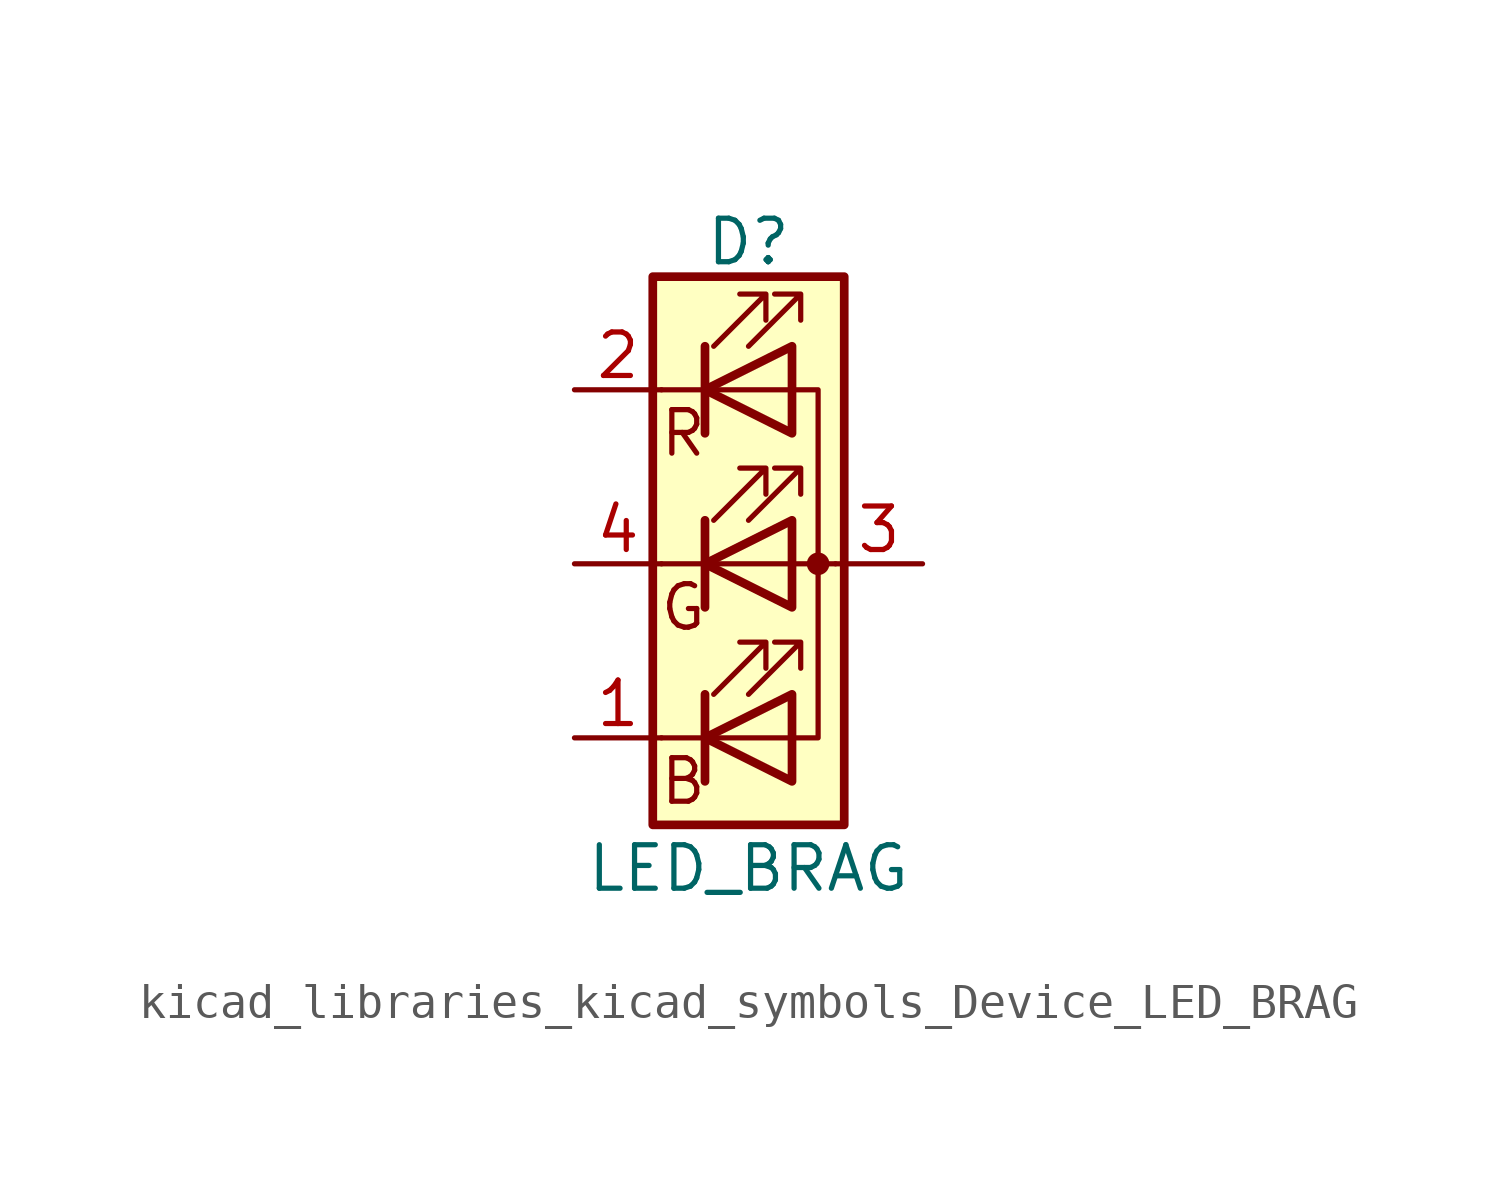
<source format=kicad_sym>
(kicad_symbol_lib
  (version 20220914)
  (generator kicad_symbol_editor)
  (symbol "kicad_libraries_kicad_symbols_Device_LED_BRAG"
    (pin_names
      (offset 0) hide)
    (property "Reference" "D"
      (at 0 9.398 0)
      (effects (font (size 1.27 1.27))))
    (property "Value" "LED_BRAG"
      (at 0 -8.89 0)
      (effects (font (size 1.27 1.27))))
    (symbol "kicad_libraries_kicad_symbols_Device_LED_BRAG_0_0"
      (text "B" (at -1.905 -6.35 0) (effects (font (size 1.27 1.27))))
      (text "G" (at -1.905 -1.27 0) (effects (font (size 1.27 1.27))))
      (text "R" (at -1.905 3.81 0) (effects (font (size 1.27 1.27)))))
    (symbol "kicad_libraries_kicad_symbols_Device_LED_BRAG_0_1"
      (polyline (pts (xy -1.27 -5.08) (xy -2.54 -5.08)) (stroke (width 0) (type default)) (fill (type none)))
      (polyline (pts (xy -1.27 -5.08) (xy 1.27 -5.08)) (stroke (width 0) (type default)) (fill (type none)))
      (polyline (pts (xy -1.27 -3.81) (xy -1.27 -6.35)) (stroke (width 0.254) (type default)) (fill (type none)))
      (polyline (pts (xy -1.27 0) (xy -2.54 0)) (stroke (width 0) (type default)) (fill (type none)))
      (polyline (pts (xy -1.27 1.27) (xy -1.27 -1.27)) (stroke (width 0.254) (type default)) (fill (type none)))
      (polyline (pts (xy -1.27 5.08) (xy -2.54 5.08)) (stroke (width 0) (type default)) (fill (type none)))
      (polyline (pts (xy -1.27 5.08) (xy 1.27 5.08)) (stroke (width 0) (type default)) (fill (type none)))
      (polyline (pts (xy -1.27 6.35) (xy -1.27 3.81)) (stroke (width 0.254) (type default)) (fill (type none)))
      (polyline (pts (xy 1.27 0) (xy -1.27 0)) (stroke (width 0) (type default)) (fill (type none)))
      (polyline (pts (xy 1.27 0) (xy 2.54 0)) (stroke (width 0) (type default)) (fill (type none)))
      (polyline (pts (xy -1.27 1.27) (xy -1.27 -1.27) (xy -1.27 -1.27)) (stroke (width 0) (type default)) (fill (type none)))
      (polyline (pts (xy -1.27 6.35) (xy -1.27 3.81) (xy -1.27 3.81)) (stroke (width 0) (type default)) (fill (type none)))
      (polyline (pts (xy 1.27 -5.08) (xy 2.032 -5.08) (xy 2.032 5.08) (xy 1.27 5.08)) (stroke (width 0) (type default)) (fill (type none)))
      (polyline (pts (xy 1.27 -3.81) (xy 1.27 -6.35) (xy -1.27 -5.08) (xy 1.27 -3.81)) (stroke (width 0.254) (type default)) (fill (type none)))
      (polyline (pts (xy 1.27 1.27) (xy 1.27 -1.27) (xy -1.27 0) (xy 1.27 1.27)) (stroke (width 0.254) (type default)) (fill (type none)))
      (polyline (pts (xy 1.27 6.35) (xy 1.27 3.81) (xy -1.27 5.08) (xy 1.27 6.35)) (stroke (width 0.254) (type default)) (fill (type none)))
      (polyline (pts (xy -1.016 -3.81) (xy 0.508 -2.286) (xy -0.254 -2.286) (xy 0.508 -2.286) (xy 0.508 -3.048)) (stroke (width 0) (type default)) (fill (type none)))
      (polyline (pts (xy -1.016 1.27) (xy 0.508 2.794) (xy -0.254 2.794) (xy 0.508 2.794) (xy 0.508 2.032)) (stroke (width 0) (type default)) (fill (type none)))
      (polyline (pts (xy -1.016 6.35) (xy 0.508 7.874) (xy -0.254 7.874) (xy 0.508 7.874) (xy 0.508 7.112)) (stroke (width 0) (type default)) (fill (type none)))
      (polyline (pts (xy 0 -3.81) (xy 1.524 -2.286) (xy 0.762 -2.286) (xy 1.524 -2.286) (xy 1.524 -3.048)) (stroke (width 0) (type default)) (fill (type none)))
      (polyline (pts (xy 0 1.27) (xy 1.524 2.794) (xy 0.762 2.794) (xy 1.524 2.794) (xy 1.524 2.032)) (stroke (width 0) (type default)) (fill (type none)))
      (polyline (pts (xy 0 6.35) (xy 1.524 7.874) (xy 0.762 7.874) (xy 1.524 7.874) (xy 1.524 7.112)) (stroke (width 0) (type default)) (fill (type none)))
      (rectangle (start 1.27 -1.27) (end 1.27 1.27) (stroke (width 0) (type default)) (fill (type none)))
      (rectangle (start 1.27 1.27) (end 1.27 1.27) (stroke (width 0) (type default)) (fill (type none)))
      (rectangle (start 1.27 3.81) (end 1.27 6.35) (stroke (width 0) (type default)) (fill (type none)))
      (rectangle (start 1.27 6.35) (end 1.27 6.35) (stroke (width 0) (type default)) (fill (type none)))
      (circle (center 2.032 0) (radius 0.254) (stroke (width 0) (type default)) (fill (type outline)))
      (rectangle (start 2.794 8.382) (end -2.794 -7.62) (stroke (width 0.254) (type default)) (fill (type background))))
    (symbol "kicad_libraries_kicad_symbols_Device_LED_BRAG_1_1"
      (pin passive line (at -5.08 -5.08 0) (length 2.54) (name "BK" (effects (font (size 1.27 1.27)))) (number "1" (effects (font (size 1.27 1.27)))))
      (pin passive line (at -5.08 5.08 0) (length 2.54) (name "RK" (effects (font (size 1.27 1.27)))) (number "2" (effects (font (size 1.27 1.27)))))
      (pin passive line (at 5.08 0 180) (length 2.54) (name "A" (effects (font (size 1.27 1.27)))) (number "3" (effects (font (size 1.27 1.27)))))
      (pin passive line (at -5.08 0 0) (length 2.54) (name "GK" (effects (font (size 1.27 1.27)))) (number "4" (effects (font (size 1.27 1.27))))))))
</source>
